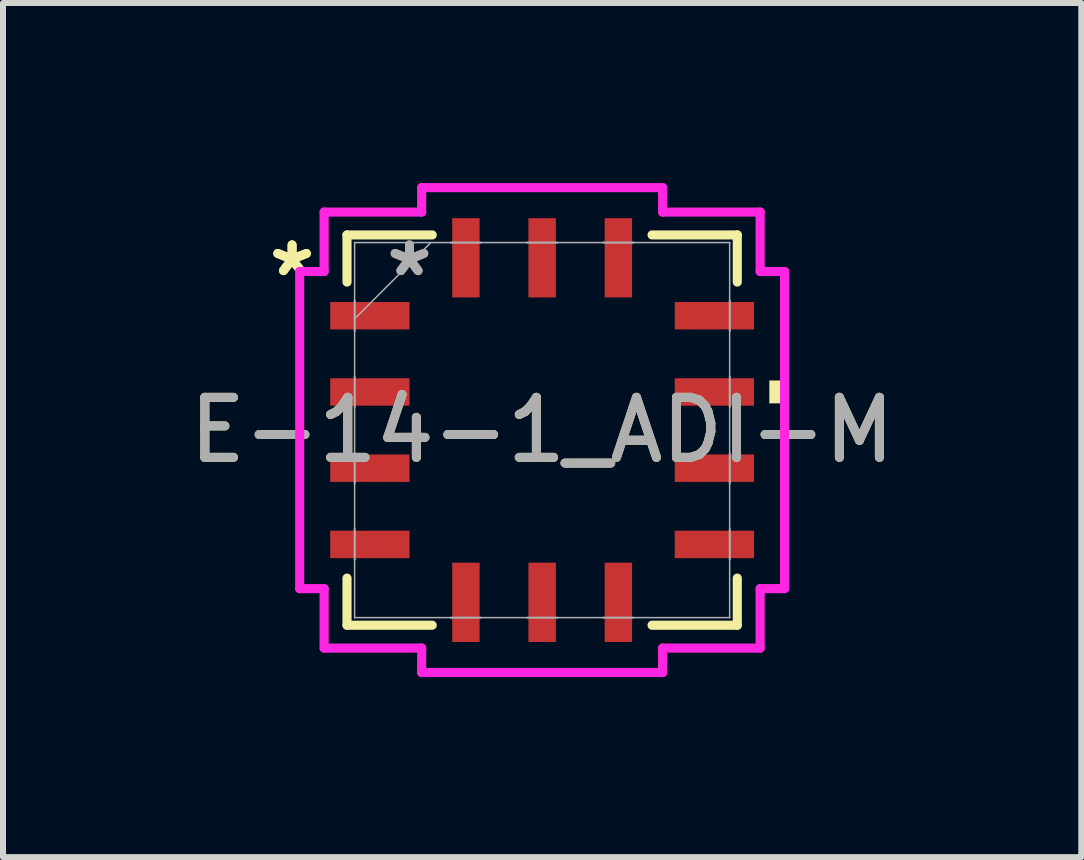
<source format=kicad_pcb>
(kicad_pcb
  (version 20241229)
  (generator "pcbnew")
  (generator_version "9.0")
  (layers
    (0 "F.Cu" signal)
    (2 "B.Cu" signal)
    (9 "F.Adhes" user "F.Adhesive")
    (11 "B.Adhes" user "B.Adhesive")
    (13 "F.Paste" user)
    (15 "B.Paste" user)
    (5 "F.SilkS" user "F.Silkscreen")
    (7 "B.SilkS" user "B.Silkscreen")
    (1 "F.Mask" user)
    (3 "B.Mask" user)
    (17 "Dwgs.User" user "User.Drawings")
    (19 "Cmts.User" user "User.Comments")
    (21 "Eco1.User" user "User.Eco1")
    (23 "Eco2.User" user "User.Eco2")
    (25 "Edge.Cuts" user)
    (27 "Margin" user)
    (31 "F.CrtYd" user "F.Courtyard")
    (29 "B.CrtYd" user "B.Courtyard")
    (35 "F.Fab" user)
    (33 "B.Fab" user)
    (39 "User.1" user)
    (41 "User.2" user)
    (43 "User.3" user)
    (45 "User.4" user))
  (footprint "E-14-1_ADI-M"
    (layer "F.Cu")
    (at 5.982 4.115)
    (property "Reference" "E-14-1_ADI-M" (at 0 0 0) (unlocked yes) (layer "F.SilkS") (effects (font (size 1 1) (thickness 0.15))))
    (attr smd)
    (fp_line (start -3.251 -3.251) (end -3.251 -2.466) (stroke (width 0.152) (type solid)) (layer "F.SilkS"))
    (fp_line (start -3.251 2.466) (end -3.251 3.251) (stroke (width 0.152) (type solid)) (layer "F.SilkS"))
    (fp_line (start -3.251 3.251) (end -1.831 3.251) (stroke (width 0.152) (type solid)) (layer "F.SilkS"))
    (fp_line (start -1.831 -3.251) (end -3.251 -3.251) (stroke (width 0.152) (type solid)) (layer "F.SilkS"))
    (fp_line (start 1.831 3.251) (end 3.251 3.251) (stroke (width 0.152) (type solid)) (layer "F.SilkS"))
    (fp_line (start 3.251 -3.251) (end 1.831 -3.251) (stroke (width 0.152) (type solid)) (layer "F.SilkS"))
    (fp_line (start 3.251 -2.466) (end 3.251 -3.251) (stroke (width 0.152) (type solid)) (layer "F.SilkS"))
    (fp_line (start 3.251 3.251) (end 3.251 2.466) (stroke (width 0.152) (type solid)) (layer "F.SilkS"))
    (fp_poly (pts (xy 4.039 -0.826) (xy 4.039 -0.445) (xy 3.785 -0.445) (xy 3.785 -0.826)) (stroke (width 0) (type solid)) (fill yes) (layer "F.SilkS"))
    (fp_line (start -4.039 -2.642) (end -3.632 -2.642) (stroke (width 0.152) (type solid)) (layer "F.CrtYd"))
    (fp_line (start -4.039 2.642) (end -4.039 -2.642) (stroke (width 0.152) (type solid)) (layer "F.CrtYd"))
    (fp_line (start -3.632 -3.632) (end -2.007 -3.632) (stroke (width 0.152) (type solid)) (layer "F.CrtYd"))
    (fp_line (start -3.632 -2.642) (end -3.632 -3.632) (stroke (width 0.152) (type solid)) (layer "F.CrtYd"))
    (fp_line (start -3.632 2.642) (end -4.039 2.642) (stroke (width 0.152) (type solid)) (layer "F.CrtYd"))
    (fp_line (start -3.632 3.632) (end -3.632 2.642) (stroke (width 0.152) (type solid)) (layer "F.CrtYd"))
    (fp_line (start -2.007 -4.039) (end 2.007 -4.039) (stroke (width 0.152) (type solid)) (layer "F.CrtYd"))
    (fp_line (start -2.007 -3.632) (end -2.007 -4.039) (stroke (width 0.152) (type solid)) (layer "F.CrtYd"))
    (fp_line (start -2.007 3.632) (end -3.632 3.632) (stroke (width 0.152) (type solid)) (layer "F.CrtYd"))
    (fp_line (start -2.007 4.039) (end -2.007 3.632) (stroke (width 0.152) (type solid)) (layer "F.CrtYd"))
    (fp_line (start 2.007 -4.039) (end 2.007 -3.632) (stroke (width 0.152) (type solid)) (layer "F.CrtYd"))
    (fp_line (start 2.007 -3.632) (end 3.632 -3.632) (stroke (width 0.152) (type solid)) (layer "F.CrtYd"))
    (fp_line (start 2.007 3.632) (end 2.007 4.039) (stroke (width 0.152) (type solid)) (layer "F.CrtYd"))
    (fp_line (start 2.007 4.039) (end -2.007 4.039) (stroke (width 0.152) (type solid)) (layer "F.CrtYd"))
    (fp_line (start 3.632 -3.632) (end 3.632 -2.642) (stroke (width 0.152) (type solid)) (layer "F.CrtYd"))
    (fp_line (start 3.632 -2.642) (end 4.039 -2.642) (stroke (width 0.152) (type solid)) (layer "F.CrtYd"))
    (fp_line (start 3.632 2.642) (end 3.632 3.632) (stroke (width 0.152) (type solid)) (layer "F.CrtYd"))
    (fp_line (start 3.632 3.632) (end 2.007 3.632) (stroke (width 0.152) (type solid)) (layer "F.CrtYd"))
    (fp_line (start 4.039 -2.642) (end 4.039 2.642) (stroke (width 0.152) (type solid)) (layer "F.CrtYd"))
    (fp_line (start 4.039 2.642) (end 3.632 2.642) (stroke (width 0.152) (type solid)) (layer "F.CrtYd"))
    (fp_line (start -3.124 -3.124) (end -3.124 -3.124) (stroke (width 0.025) (type solid)) (layer "F.Fab"))
    (fp_line (start -3.124 -3.124) (end -3.124 3.124) (stroke (width 0.025) (type solid)) (layer "F.Fab"))
    (fp_line (start -3.124 -2.159) (end -3.124 -2.159) (stroke (width 0.025) (type solid)) (layer "F.Fab"))
    (fp_line (start -3.124 -2.159) (end -3.124 -1.651) (stroke (width 0.025) (type solid)) (layer "F.Fab"))
    (fp_line (start -3.124 -1.854) (end -1.854 -3.124) (stroke (width 0.025) (type solid)) (layer "F.Fab"))
    (fp_line (start -3.124 -1.651) (end -3.124 -2.159) (stroke (width 0.025) (type solid)) (layer "F.Fab"))
    (fp_line (start -3.124 -1.651) (end -3.124 -1.651) (stroke (width 0.025) (type solid)) (layer "F.Fab"))
    (fp_line (start -3.124 -0.889) (end -3.124 -0.889) (stroke (width 0.025) (type solid)) (layer "F.Fab"))
    (fp_line (start -3.124 -0.889) (end -3.124 -0.381) (stroke (width 0.025) (type solid)) (layer "F.Fab"))
    (fp_line (start -3.124 -0.381) (end -3.124 -0.889) (stroke (width 0.025) (type solid)) (layer "F.Fab"))
    (fp_line (start -3.124 -0.381) (end -3.124 -0.381) (stroke (width 0.025) (type solid)) (layer "F.Fab"))
    (fp_line (start -3.124 0.381) (end -3.124 0.381) (stroke (width 0.025) (type solid)) (layer "F.Fab"))
    (fp_line (start -3.124 0.381) (end -3.124 0.889) (stroke (width 0.025) (type solid)) (layer "F.Fab"))
    (fp_line (start -3.124 0.889) (end -3.124 0.381) (stroke (width 0.025) (type solid)) (layer "F.Fab"))
    (fp_line (start -3.124 0.889) (end -3.124 0.889) (stroke (width 0.025) (type solid)) (layer "F.Fab"))
    (fp_line (start -3.124 1.651) (end -3.124 1.651) (stroke (width 0.025) (type solid)) (layer "F.Fab"))
    (fp_line (start -3.124 1.651) (end -3.124 2.159) (stroke (width 0.025) (type solid)) (layer "F.Fab"))
    (fp_line (start -3.124 2.159) (end -3.124 1.651) (stroke (width 0.025) (type solid)) (layer "F.Fab"))
    (fp_line (start -3.124 2.159) (end -3.124 2.159) (stroke (width 0.025) (type solid)) (layer "F.Fab"))
    (fp_line (start -3.124 3.124) (end -3.124 3.124) (stroke (width 0.025) (type solid)) (layer "F.Fab"))
    (fp_line (start -3.124 3.124) (end 3.124 3.124) (stroke (width 0.025) (type solid)) (layer "F.Fab"))
    (fp_line (start -1.524 -3.124) (end -1.524 -3.124) (stroke (width 0.025) (type solid)) (layer "F.Fab"))
    (fp_line (start -1.524 -3.124) (end -1.016 -3.124) (stroke (width 0.025) (type solid)) (layer "F.Fab"))
    (fp_line (start -1.524 3.124) (end -1.524 3.124) (stroke (width 0.025) (type solid)) (layer "F.Fab"))
    (fp_line (start -1.524 3.124) (end -1.016 3.124) (stroke (width 0.025) (type solid)) (layer "F.Fab"))
    (fp_line (start -1.016 -3.124) (end -1.524 -3.124) (stroke (width 0.025) (type solid)) (layer "F.Fab"))
    (fp_line (start -1.016 -3.124) (end -1.016 -3.124) (stroke (width 0.025) (type solid)) (layer "F.Fab"))
    (fp_line (start -1.016 3.124) (end -1.524 3.124) (stroke (width 0.025) (type solid)) (layer "F.Fab"))
    (fp_line (start -1.016 3.124) (end -1.016 3.124) (stroke (width 0.025) (type solid)) (layer "F.Fab"))
    (fp_line (start -0.254 -3.124) (end -0.254 -3.124) (stroke (width 0.025) (type solid)) (layer "F.Fab"))
    (fp_line (start -0.254 -3.124) (end 0.254 -3.124) (stroke (width 0.025) (type solid)) (layer "F.Fab"))
    (fp_line (start -0.254 3.124) (end -0.254 3.124) (stroke (width 0.025) (type solid)) (layer "F.Fab"))
    (fp_line (start -0.254 3.124) (end 0.254 3.124) (stroke (width 0.025) (type solid)) (layer "F.Fab"))
    (fp_line (start 0.254 -3.124) (end -0.254 -3.124) (stroke (width 0.025) (type solid)) (layer "F.Fab"))
    (fp_line (start 0.254 -3.124) (end 0.254 -3.124) (stroke (width 0.025) (type solid)) (layer "F.Fab"))
    (fp_line (start 0.254 3.124) (end -0.254 3.124) (stroke (width 0.025) (type solid)) (layer "F.Fab"))
    (fp_line (start 0.254 3.124) (end 0.254 3.124) (stroke (width 0.025) (type solid)) (layer "F.Fab"))
    (fp_line (start 1.016 -3.124) (end 1.016 -3.124) (stroke (width 0.025) (type solid)) (layer "F.Fab"))
    (fp_line (start 1.016 -3.124) (end 1.524 -3.124) (stroke (width 0.025) (type solid)) (layer "F.Fab"))
    (fp_line (start 1.016 3.124) (end 1.016 3.124) (stroke (width 0.025) (type solid)) (layer "F.Fab"))
    (fp_line (start 1.016 3.124) (end 1.524 3.124) (stroke (width 0.025) (type solid)) (layer "F.Fab"))
    (fp_line (start 1.524 -3.124) (end 1.016 -3.124) (stroke (width 0.025) (type solid)) (layer "F.Fab"))
    (fp_line (start 1.524 -3.124) (end 1.524 -3.124) (stroke (width 0.025) (type solid)) (layer "F.Fab"))
    (fp_line (start 1.524 3.124) (end 1.016 3.124) (stroke (width 0.025) (type solid)) (layer "F.Fab"))
    (fp_line (start 1.524 3.124) (end 1.524 3.124) (stroke (width 0.025) (type solid)) (layer "F.Fab"))
    (fp_line (start 3.124 -3.124) (end -3.124 -3.124) (stroke (width 0.025) (type solid)) (layer "F.Fab"))
    (fp_line (start 3.124 -3.124) (end 3.124 -3.124) (stroke (width 0.025) (type solid)) (layer "F.Fab"))
    (fp_line (start 3.124 -2.159) (end 3.124 -2.159) (stroke (width 0.025) (type solid)) (layer "F.Fab"))
    (fp_line (start 3.124 -2.159) (end 3.124 -1.651) (stroke (width 0.025) (type solid)) (layer "F.Fab"))
    (fp_line (start 3.124 -1.651) (end 3.124 -2.159) (stroke (width 0.025) (type solid)) (layer "F.Fab"))
    (fp_line (start 3.124 -1.651) (end 3.124 -1.651) (stroke (width 0.025) (type solid)) (layer "F.Fab"))
    (fp_line (start 3.124 -0.889) (end 3.124 -0.889) (stroke (width 0.025) (type solid)) (layer "F.Fab"))
    (fp_line (start 3.124 -0.889) (end 3.124 -0.381) (stroke (width 0.025) (type solid)) (layer "F.Fab"))
    (fp_line (start 3.124 -0.381) (end 3.124 -0.889) (stroke (width 0.025) (type solid)) (layer "F.Fab"))
    (fp_line (start 3.124 -0.381) (end 3.124 -0.381) (stroke (width 0.025) (type solid)) (layer "F.Fab"))
    (fp_line (start 3.124 0.381) (end 3.124 0.381) (stroke (width 0.025) (type solid)) (layer "F.Fab"))
    (fp_line (start 3.124 0.381) (end 3.124 0.889) (stroke (width 0.025) (type solid)) (layer "F.Fab"))
    (fp_line (start 3.124 0.889) (end 3.124 0.381) (stroke (width 0.025) (type solid)) (layer "F.Fab"))
    (fp_line (start 3.124 0.889) (end 3.124 0.889) (stroke (width 0.025) (type solid)) (layer "F.Fab"))
    (fp_line (start 3.124 1.651) (end 3.124 1.651) (stroke (width 0.025) (type solid)) (layer "F.Fab"))
    (fp_line (start 3.124 1.651) (end 3.124 2.159) (stroke (width 0.025) (type solid)) (layer "F.Fab"))
    (fp_line (start 3.124 2.159) (end 3.124 1.651) (stroke (width 0.025) (type solid)) (layer "F.Fab"))
    (fp_line (start 3.124 2.159) (end 3.124 2.159) (stroke (width 0.025) (type solid)) (layer "F.Fab"))
    (fp_line (start 3.124 3.124) (end 3.124 -3.124) (stroke (width 0.025) (type solid)) (layer "F.Fab"))
    (fp_line (start 3.124 3.124) (end 3.124 3.124) (stroke (width 0.025) (type solid)) (layer "F.Fab"))
    (fp_text user "*" (at -4.166 -2.54 0) (layer "F.SilkS") (effects (font (size 1 1) (thickness 0.15))))
    (fp_text user "*" (at -4.166 -2.54 0) (unlocked yes) (layer "F.SilkS") (effects (font (size 1 1) (thickness 0.15))))
    (fp_text user "*" (at -2.21 -2.54 0) (unlocked yes) (layer "F.Fab") (effects (font (size 1 1) (thickness 0.15))))
    (fp_text user "${REFERENCE}" (at 0 0 0) (unlocked yes) (layer "F.Fab") (effects (font (size 1 1) (thickness 0.15))))
    (fp_text user "*" (at -2.21 -2.54 0) (layer "F.Fab") (effects (font (size 1 1) (thickness 0.15))))
    (pad "1" smd rect (at -2.87 -1.905 90) (size 0.457 1.321) (layers "F.Cu" "F.Mask" "F.Paste"))
    (pad "2" smd rect (at -2.87 -0.635 90) (size 0.457 1.321) (layers "F.Cu" "F.Mask" "F.Paste"))
    (pad "3" smd rect (at -2.87 0.635 90) (size 0.457 1.321) (layers "F.Cu" "F.Mask" "F.Paste"))
    (pad "4" smd rect (at -2.87 1.905 90) (size 0.457 1.321) (layers "F.Cu" "F.Mask" "F.Paste"))
    (pad "5" smd rect (at -1.27 2.87) (size 0.457 1.321) (layers "F.Cu" "F.Mask" "F.Paste"))
    (pad "6" smd rect (at 0 2.87) (size 0.457 1.321) (layers "F.Cu" "F.Mask" "F.Paste"))
    (pad "7" smd rect (at 1.27 2.87) (size 0.457 1.321) (layers "F.Cu" "F.Mask" "F.Paste"))
    (pad "8" smd rect (at 2.87 1.905 90) (size 0.457 1.321) (layers "F.Cu" "F.Mask" "F.Paste"))
    (pad "9" smd rect (at 2.87 0.635 90) (size 0.457 1.321) (layers "F.Cu" "F.Mask" "F.Paste"))
    (pad "10" smd rect (at 2.87 -0.635 90) (size 0.457 1.321) (layers "F.Cu" "F.Mask" "F.Paste"))
    (pad "11" smd rect (at 2.87 -1.905 90) (size 0.457 1.321) (layers "F.Cu" "F.Mask" "F.Paste"))
    (pad "12" smd rect (at 1.27 -2.87) (size 0.457 1.321) (layers "F.Cu" "F.Mask" "F.Paste"))
    (pad "13" smd rect (at 0 -2.87) (size 0.457 1.321) (layers "F.Cu" "F.Mask" "F.Paste"))
    (pad "14" smd rect (at -1.27 -2.87) (size 0.457 1.321) (layers "F.Cu" "F.Mask" "F.Paste")))
  (gr_rect
    (start -3 -3)
    (end 14.964 11.23)
    (stroke (width 0.1) (type default))
    (fill no)
    (layer "Edge.Cuts")))
</source>
